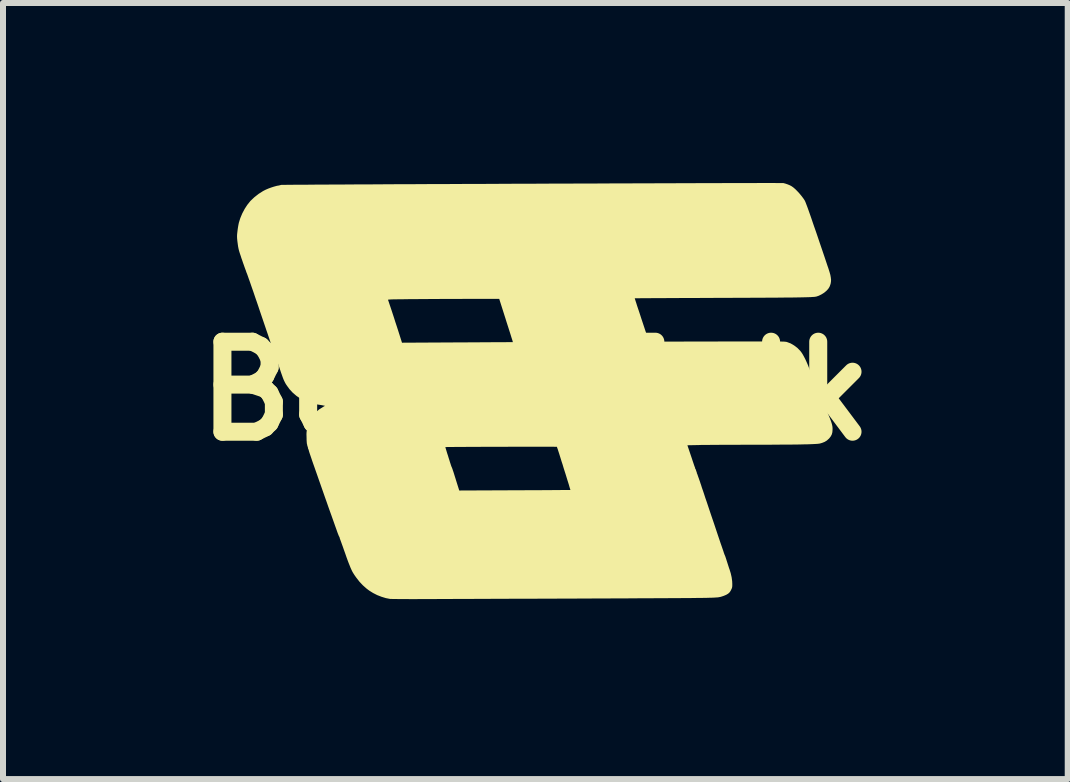
<source format=kicad_pcb>
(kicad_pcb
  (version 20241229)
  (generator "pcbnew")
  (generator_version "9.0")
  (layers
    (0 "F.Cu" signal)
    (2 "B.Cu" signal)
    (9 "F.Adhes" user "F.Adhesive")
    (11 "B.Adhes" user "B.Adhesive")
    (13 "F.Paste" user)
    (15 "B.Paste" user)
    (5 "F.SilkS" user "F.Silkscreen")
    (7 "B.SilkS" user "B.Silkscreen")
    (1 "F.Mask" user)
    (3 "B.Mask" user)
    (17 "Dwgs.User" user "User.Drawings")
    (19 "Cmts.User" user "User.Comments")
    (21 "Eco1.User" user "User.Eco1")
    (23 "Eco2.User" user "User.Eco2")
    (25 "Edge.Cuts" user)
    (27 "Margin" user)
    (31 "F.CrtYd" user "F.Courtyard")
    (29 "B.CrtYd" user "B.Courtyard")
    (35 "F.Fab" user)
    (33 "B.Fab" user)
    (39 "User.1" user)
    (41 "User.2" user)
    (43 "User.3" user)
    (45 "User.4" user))
  (footprint "BoardFolk"
    (layer "F.Cu")
    (at 5.871 3.466)
    (property "Reference" "BoardFolk" (at 0 0 0) (layer "F.SilkS") (effects (font (size 1.5 1.5) (thickness 0.3))))
    (attr board_only exclude_from_pos_files exclude_from_bom)
    (fp_poly (pts (xy 3.938 -3.466) (xy 3.997 -3.466) (xy 4.046 -3.465) (xy 4.085 -3.465) (xy 4.113 -3.465) (xy 4.129 -3.465) (xy 4.134 -3.465) (xy 4.168 -3.456) (xy 4.206 -3.443) (xy 4.242 -3.428) (xy 4.268 -3.414) (xy 4.297 -3.394) (xy 4.33 -3.366) (xy 4.365 -3.331) (xy 4.401 -3.292) (xy 4.435 -3.251) (xy 4.466 -3.21) (xy 4.487 -3.178) (xy 4.492 -3.17) (xy 4.498 -3.156) (xy 4.506 -3.137) (xy 4.515 -3.113) (xy 4.527 -3.082) (xy 4.541 -3.044) (xy 4.557 -2.999) (xy 4.575 -2.948) (xy 4.596 -2.888) (xy 4.619 -2.82) (xy 4.645 -2.744) (xy 4.675 -2.659) (xy 4.707 -2.565) (xy 4.742 -2.461) (xy 4.781 -2.347) (xy 4.823 -2.223) (xy 4.868 -2.088) (xy 4.883 -2.045) (xy 4.902 -1.985) (xy 4.916 -1.935) (xy 4.924 -1.891) (xy 4.928 -1.853) (xy 4.926 -1.818) (xy 4.92 -1.785) (xy 4.909 -1.753) (xy 4.901 -1.734) (xy 4.88 -1.701) (xy 4.85 -1.669) (xy 4.813 -1.638) (xy 4.77 -1.611) (xy 4.724 -1.588) (xy 4.683 -1.574) (xy 4.676 -1.573) (xy 4.665 -1.571) (xy 4.652 -1.569) (xy 4.636 -1.568) (xy 4.616 -1.567) (xy 4.591 -1.565) (xy 4.562 -1.564) (xy 4.528 -1.563) (xy 4.489 -1.562) (xy 4.444 -1.561) (xy 4.393 -1.56) (xy 4.335 -1.559) (xy 4.271 -1.558) (xy 4.199 -1.558) (xy 4.119 -1.557) (xy 4.032 -1.556) (xy 3.936 -1.556) (xy 3.83 -1.555) (xy 3.716 -1.554) (xy 3.592 -1.554) (xy 3.458 -1.553) (xy 3.313 -1.553) (xy 3.157 -1.552) (xy 2.99 -1.552) (xy 2.913 -1.551) (xy 2.791 -1.551) (xy 2.673 -1.55) (xy 2.559 -1.55) (xy 2.449 -1.55) (xy 2.344 -1.549) (xy 2.244 -1.549) (xy 2.15 -1.548) (xy 2.063 -1.548) (xy 1.982 -1.548) (xy 1.91 -1.547) (xy 1.845 -1.547) (xy 1.789 -1.547) (xy 1.742 -1.546) (xy 1.704 -1.546) (xy 1.677 -1.546) (xy 1.661 -1.546) (xy 1.656 -1.546) (xy 1.658 -1.54) (xy 1.663 -1.524) (xy 1.671 -1.498) (xy 1.682 -1.465) (xy 1.695 -1.423) (xy 1.711 -1.375) (xy 1.729 -1.322) (xy 1.748 -1.264) (xy 1.768 -1.202) (xy 1.774 -1.184) (xy 1.894 -0.823) (xy 3.025 -0.825) (xy 3.161 -0.826) (xy 3.286 -0.826) (xy 3.4 -0.826) (xy 3.503 -0.826) (xy 3.597 -0.826) (xy 3.681 -0.826) (xy 3.757 -0.826) (xy 3.825 -0.826) (xy 3.884 -0.826) (xy 3.937 -0.826) (xy 3.982 -0.826) (xy 4.022 -0.826) (xy 4.056 -0.825) (xy 4.084 -0.825) (xy 4.108 -0.824) (xy 4.128 -0.824) (xy 4.144 -0.823) (xy 4.157 -0.822) (xy 4.167 -0.821) (xy 4.176 -0.82) (xy 4.182 -0.819) (xy 4.188 -0.818) (xy 4.193 -0.816) (xy 4.194 -0.816) (xy 4.255 -0.793) (xy 4.313 -0.759) (xy 4.367 -0.718) (xy 4.414 -0.67) (xy 4.437 -0.64) (xy 4.455 -0.612) (xy 4.475 -0.576) (xy 4.496 -0.536) (xy 4.516 -0.493) (xy 4.534 -0.452) (xy 4.546 -0.424) (xy 4.556 -0.397) (xy 4.567 -0.371) (xy 4.575 -0.35) (xy 4.578 -0.344) (xy 4.586 -0.326) (xy 4.596 -0.302) (xy 4.608 -0.275) (xy 4.612 -0.264) (xy 4.622 -0.24) (xy 4.63 -0.221) (xy 4.636 -0.208) (xy 4.638 -0.205) (xy 4.642 -0.197) (xy 4.642 -0.196) (xy 4.645 -0.189) (xy 4.65 -0.176) (xy 4.652 -0.172) (xy 4.656 -0.162) (xy 4.664 -0.143) (xy 4.676 -0.115) (xy 4.69 -0.079) (xy 4.707 -0.038) (xy 4.726 0.008) (xy 4.746 0.058) (xy 4.759 0.089) (xy 4.781 0.144) (xy 4.804 0.199) (xy 4.826 0.252) (xy 4.846 0.303) (xy 4.865 0.348) (xy 4.88 0.386) (xy 4.893 0.416) (xy 4.896 0.424) (xy 4.915 0.471) (xy 4.929 0.509) (xy 4.939 0.541) (xy 4.946 0.568) (xy 4.951 0.594) (xy 4.953 0.619) (xy 4.953 0.64) (xy 4.95 0.686) (xy 4.94 0.724) (xy 4.921 0.759) (xy 4.893 0.794) (xy 4.89 0.796) (xy 4.858 0.825) (xy 4.822 0.847) (xy 4.78 0.864) (xy 4.742 0.875) (xy 4.728 0.877) (xy 4.705 0.88) (xy 4.676 0.882) (xy 4.638 0.884) (xy 4.592 0.886) (xy 4.538 0.888) (xy 4.475 0.889) (xy 4.403 0.891) (xy 4.321 0.892) (xy 4.23 0.893) (xy 4.128 0.893) (xy 4.016 0.894) (xy 3.893 0.895) (xy 3.759 0.895) (xy 3.613 0.895) (xy 3.573 0.895) (xy 3.483 0.895) (xy 3.392 0.896) (xy 3.302 0.896) (xy 3.215 0.896) (xy 3.13 0.896) (xy 3.05 0.897) (xy 2.976 0.897) (xy 2.908 0.898) (xy 2.848 0.898) (xy 2.797 0.899) (xy 2.756 0.899) (xy 2.739 0.9) (xy 2.534 0.904) (xy 2.593 1.079) (xy 2.608 1.123) (xy 2.621 1.163) (xy 2.633 1.198) (xy 2.643 1.228) (xy 2.65 1.249) (xy 2.655 1.261) (xy 2.655 1.263) (xy 2.66 1.274) (xy 2.661 1.277) (xy 2.663 1.286) (xy 2.664 1.295) (xy 2.668 1.299) (xy 2.67 1.299) (xy 2.674 1.303) (xy 2.673 1.308) (xy 2.673 1.316) (xy 2.676 1.317) (xy 2.68 1.321) (xy 2.679 1.326) (xy 2.679 1.333) (xy 2.682 1.335) (xy 2.686 1.339) (xy 2.685 1.344) (xy 2.685 1.351) (xy 2.688 1.352) (xy 2.692 1.357) (xy 2.691 1.361) (xy 2.691 1.369) (xy 2.692 1.371) (xy 2.696 1.377) (xy 2.702 1.393) (xy 2.71 1.417) (xy 2.721 1.448) (xy 2.734 1.485) (xy 2.748 1.525) (xy 2.749 1.53) (xy 2.762 1.567) (xy 2.776 1.612) (xy 2.794 1.663) (xy 2.813 1.72) (xy 2.833 1.782) (xy 2.856 1.848) (xy 2.879 1.917) (xy 2.903 1.989) (xy 2.927 2.061) (xy 2.952 2.134) (xy 2.977 2.207) (xy 3.001 2.279) (xy 3.024 2.348) (xy 3.046 2.414) (xy 3.067 2.476) (xy 3.086 2.533) (xy 3.104 2.584) (xy 3.119 2.628) (xy 3.132 2.665) (xy 3.141 2.694) (xy 3.148 2.713) (xy 3.151 2.722) (xy 3.151 2.722) (xy 3.156 2.734) (xy 3.159 2.74) (xy 3.162 2.748) (xy 3.164 2.752) (xy 3.167 2.761) (xy 3.173 2.779) (xy 3.181 2.803) (xy 3.19 2.832) (xy 3.194 2.844) (xy 3.205 2.879) (xy 3.216 2.913) (xy 3.226 2.944) (xy 3.234 2.968) (xy 3.236 2.972) (xy 3.256 3.037) (xy 3.271 3.103) (xy 3.28 3.168) (xy 3.282 3.21) (xy 3.282 3.239) (xy 3.281 3.26) (xy 3.278 3.276) (xy 3.273 3.291) (xy 3.266 3.306) (xy 3.255 3.328) (xy 3.243 3.347) (xy 3.235 3.357) (xy 3.213 3.377) (xy 3.181 3.396) (xy 3.141 3.413) (xy 3.105 3.425) (xy 3.089 3.43) (xy 3.074 3.433) (xy 3.058 3.436) (xy 3.04 3.439) (xy 3.018 3.44) (xy 2.99 3.442) (xy 2.955 3.444) (xy 2.91 3.445) (xy 2.871 3.446) (xy 2.851 3.447) (xy 2.819 3.447) (xy 2.776 3.448) (xy 2.723 3.448) (xy 2.66 3.449) (xy 2.588 3.45) (xy 2.507 3.45) (xy 2.418 3.451) (xy 2.321 3.451) (xy 2.216 3.452) (xy 2.105 3.453) (xy 1.987 3.453) (xy 1.864 3.454) (xy 1.735 3.454) (xy 1.601 3.455) (xy 1.464 3.456) (xy 1.322 3.456) (xy 1.177 3.457) (xy 1.029 3.457) (xy 0.879 3.458) (xy 0.804 3.458) (xy 0.647 3.459) (xy 0.489 3.459) (xy 0.331 3.46) (xy 0.173 3.46) (xy 0.017 3.461) (xy -0.138 3.461) (xy -0.29 3.462) (xy -0.439 3.462) (xy -0.585 3.463) (xy -0.725 3.463) (xy -0.861 3.464) (xy -0.991 3.464) (xy -1.114 3.465) (xy -1.23 3.465) (xy -1.338 3.465) (xy -1.438 3.466) (xy -1.528 3.466) (xy -1.608 3.466) (xy -1.678 3.467) (xy -1.732 3.467) (xy -1.825 3.467) (xy -1.914 3.467) (xy -1.999 3.468) (xy -2.077 3.468) (xy -2.15 3.467) (xy -2.216 3.467) (xy -2.274 3.467) (xy -2.324 3.466) (xy -2.365 3.466) (xy -2.396 3.465) (xy -2.416 3.465) (xy -2.424 3.464) (xy -2.491 3.451) (xy -2.563 3.429) (xy -2.635 3.401) (xy -2.704 3.366) (xy -2.768 3.326) (xy -2.812 3.293) (xy -2.874 3.238) (xy -2.929 3.18) (xy -2.98 3.115) (xy -2.998 3.09) (xy -3.012 3.07) (xy -3.025 3.05) (xy -3.037 3.031) (xy -3.048 3.012) (xy -3.059 2.99) (xy -3.07 2.966) (xy -3.082 2.939) (xy -3.095 2.906) (xy -3.11 2.869) (xy -3.127 2.824) (xy -3.146 2.772) (xy -3.167 2.711) (xy -3.192 2.641) (xy -3.209 2.592) (xy -3.223 2.554) (xy -3.235 2.52) (xy -3.246 2.49) (xy -3.254 2.468) (xy -3.259 2.454) (xy -3.26 2.45) (xy -3.262 2.442) (xy -3.262 2.441) (xy -3.263 2.436) (xy -3.269 2.426) (xy -3.275 2.414) (xy -3.278 2.408) (xy -3.28 2.401) (xy -3.282 2.396) (xy -3.287 2.385) (xy -3.295 2.364) (xy -3.306 2.333) (xy -3.32 2.293) (xy -3.337 2.246) (xy -3.356 2.192) (xy -3.377 2.133) (xy -3.4 2.068) (xy -3.425 1.999) (xy -3.451 1.926) (xy -3.477 1.851) (xy -3.504 1.775) (xy -3.531 1.698) (xy -3.558 1.621) (xy -3.585 1.544) (xy -3.611 1.47) (xy -3.636 1.398) (xy -3.66 1.33) (xy -3.682 1.267) (xy -3.703 1.208) (xy -3.721 1.156) (xy -3.736 1.111) (xy -3.749 1.073) (xy -3.759 1.044) (xy -3.765 1.025) (xy -3.768 1.017) (xy -3.774 0.994) (xy -3.78 0.975) (xy -3.785 0.964) (xy -3.786 0.962) (xy -3.789 0.954) (xy -3.788 0.951) (xy -3.788 0.944) (xy -3.791 0.939) (xy -3.794 0.934) (xy -1.499 0.934) (xy -1.498 0.94) (xy -1.494 0.955) (xy -1.487 0.978) (xy -1.478 1.008) (xy -1.468 1.041) (xy -1.456 1.077) (xy -1.445 1.114) (xy -1.433 1.151) (xy -1.423 1.184) (xy -1.413 1.214) (xy -1.406 1.237) (xy -1.4 1.253) (xy -1.399 1.257) (xy -1.391 1.274) (xy -1.385 1.29) (xy -1.381 1.3) (xy -1.375 1.32) (xy -1.365 1.348) (xy -1.354 1.383) (xy -1.342 1.422) (xy -1.328 1.466) (xy -1.323 1.483) (xy -1.268 1.658) (xy -0.343 1.654) (xy -0.239 1.654) (xy -0.139 1.653) (xy -0.042 1.653) (xy 0.05 1.653) (xy 0.137 1.652) (xy 0.218 1.652) (xy 0.293 1.651) (xy 0.361 1.651) (xy 0.421 1.65) (xy 0.472 1.65) (xy 0.515 1.65) (xy 0.548 1.649) (xy 0.57 1.649) (xy 0.582 1.649) (xy 0.584 1.648) (xy 0.583 1.643) (xy 0.578 1.627) (xy 0.57 1.602) (xy 0.561 1.569) (xy 0.549 1.53) (xy 0.535 1.486) (xy 0.52 1.437) (xy 0.504 1.385) (xy 0.487 1.332) (xy 0.47 1.278) (xy 0.454 1.224) (xy 0.437 1.173) (xy 0.422 1.124) (xy 0.408 1.079) (xy 0.396 1.04) (xy 0.385 1.007) (xy 0.377 0.982) (xy 0.372 0.966) (xy 0.37 0.961) (xy 0.366 0.95) (xy 0.365 0.948) (xy 0.362 0.939) (xy 0.361 0.93) (xy 0.355 0.93) (xy 0.338 0.93) (xy 0.311 0.929) (xy 0.275 0.929) (xy 0.229 0.929) (xy 0.176 0.929) (xy 0.115 0.929) (xy 0.048 0.929) (xy -0.025 0.929) (xy -0.103 0.929) (xy -0.185 0.929) (xy -0.27 0.929) (xy -0.358 0.929) (xy -0.447 0.929) (xy -0.538 0.93) (xy -0.629 0.93) (xy -0.719 0.93) (xy -0.808 0.93) (xy -0.896 0.93) (xy -0.98 0.931) (xy -1.06 0.931) (xy -1.137 0.931) (xy -1.208 0.932) (xy -1.273 0.932) (xy -1.332 0.932) (xy -1.383 0.933) (xy -1.425 0.933) (xy -1.459 0.933) (xy -1.483 0.934) (xy -1.497 0.934) (xy -1.499 0.934) (xy -3.794 0.934) (xy -3.795 0.933) (xy -3.793 0.931) (xy -3.793 0.928) (xy -3.796 0.922) (xy -3.801 0.911) (xy -3.8 0.905) (xy -3.801 0.896) (xy -3.803 0.894) (xy -3.805 0.888) (xy -3.808 0.871) (xy -3.81 0.845) (xy -3.812 0.812) (xy -3.812 0.792) (xy -3.813 0.752) (xy -3.814 0.721) (xy -3.813 0.696) (xy -3.811 0.674) (xy -3.807 0.651) (xy -3.803 0.627) (xy -3.781 0.549) (xy -3.75 0.478) (xy -3.709 0.413) (xy -3.66 0.355) (xy -3.602 0.306) (xy -3.537 0.265) (xy -3.53 0.261) (xy -3.516 0.253) (xy -3.508 0.248) (xy -3.507 0.246) (xy -3.513 0.245) (xy -3.529 0.242) (xy -3.553 0.237) (xy -3.582 0.232) (xy -3.604 0.229) (xy -3.639 0.223) (xy -3.672 0.216) (xy -3.702 0.21) (xy -3.724 0.204) (xy -3.731 0.202) (xy -3.757 0.193) (xy -3.785 0.184) (xy -3.796 0.181) (xy -3.826 0.17) (xy -3.863 0.153) (xy -3.901 0.132) (xy -3.94 0.109) (xy -3.974 0.086) (xy -3.981 0.081) (xy -4.042 0.029) (xy -4.097 -0.031) (xy -4.135 -0.083) (xy -4.151 -0.106) (xy -4.164 -0.127) (xy -4.175 -0.148) (xy -4.186 -0.17) (xy -4.197 -0.195) (xy -4.209 -0.226) (xy -4.222 -0.263) (xy -4.238 -0.308) (xy -4.253 -0.353) (xy -4.266 -0.393) (xy -4.278 -0.428) (xy -4.289 -0.459) (xy -4.297 -0.483) (xy -4.302 -0.499) (xy -4.304 -0.504) (xy -4.306 -0.513) (xy -4.306 -0.515) (xy -4.31 -0.52) (xy -4.311 -0.521) (xy -4.314 -0.527) (xy -4.32 -0.544) (xy -4.329 -0.57) (xy -4.342 -0.605) (xy -4.357 -0.648) (xy -4.374 -0.698) (xy -4.394 -0.755) (xy -4.415 -0.817) (xy -4.438 -0.885) (xy -4.462 -0.956) (xy -4.488 -1.031) (xy -4.489 -1.035) (xy -4.523 -1.135) (xy -4.556 -1.232) (xy -4.588 -1.326) (xy -4.618 -1.416) (xy -4.647 -1.501) (xy -4.654 -1.52) (xy -2.456 -1.52) (xy -2.455 -1.519) (xy -2.452 -1.511) (xy -2.445 -1.492) (xy -2.436 -1.464) (xy -2.424 -1.428) (xy -2.409 -1.384) (xy -2.392 -1.333) (xy -2.374 -1.278) (xy -2.354 -1.217) (xy -2.334 -1.153) (xy -2.312 -1.087) (xy -2.29 -1.019) (xy -2.28 -0.988) (xy -2.222 -0.805) (xy -1.299 -0.81) (xy -1.195 -0.81) (xy -1.095 -0.811) (xy -0.999 -0.811) (xy -0.907 -0.812) (xy -0.82 -0.812) (xy -0.739 -0.813) (xy -0.664 -0.813) (xy -0.597 -0.813) (xy -0.537 -0.814) (xy -0.486 -0.814) (xy -0.443 -0.815) (xy -0.411 -0.815) (xy -0.388 -0.815) (xy -0.377 -0.815) (xy -0.375 -0.815) (xy -0.376 -0.821) (xy -0.38 -0.836) (xy -0.387 -0.859) (xy -0.396 -0.886) (xy -0.4 -0.899) (xy -0.407 -0.922) (xy -0.417 -0.954) (xy -0.43 -0.995) (xy -0.445 -1.042) (xy -0.462 -1.095) (xy -0.48 -1.151) (xy -0.498 -1.209) (xy -0.514 -1.259) (xy -0.602 -1.536) (xy -0.89 -1.536) (xy -0.937 -1.536) (xy -0.995 -1.536) (xy -1.062 -1.536) (xy -1.137 -1.536) (xy -1.219 -1.535) (xy -1.306 -1.535) (xy -1.397 -1.535) (xy -1.491 -1.534) (xy -1.587 -1.534) (xy -1.682 -1.533) (xy -1.777 -1.533) (xy -1.82 -1.532) (xy -1.921 -1.532) (xy -2.011 -1.531) (xy -2.091 -1.531) (xy -2.161 -1.53) (xy -2.221 -1.529) (xy -2.273 -1.529) (xy -2.317 -1.528) (xy -2.353 -1.528) (xy -2.383 -1.527) (xy -2.406 -1.526) (xy -2.424 -1.525) (xy -2.438 -1.524) (xy -2.447 -1.523) (xy -2.452 -1.522) (xy -2.455 -1.521) (xy -2.456 -1.52) (xy -4.654 -1.52) (xy -4.675 -1.582) (xy -4.7 -1.656) (xy -4.724 -1.724) (xy -4.745 -1.785) (xy -4.763 -1.837) (xy -4.779 -1.881) (xy -4.791 -1.916) (xy -4.8 -1.941) (xy -4.805 -1.955) (xy -4.811 -1.968) (xy -4.814 -1.977) (xy -4.814 -1.977) (xy -4.817 -1.984) (xy -4.819 -1.992) (xy -4.82 -1.993) (xy -4.822 -2.001) (xy -4.823 -2.002) (xy -4.825 -2.009) (xy -4.828 -2.018) (xy -4.833 -2.029) (xy -4.838 -2.044) (xy -4.847 -2.068) (xy -4.858 -2.1) (xy -4.871 -2.136) (xy -4.884 -2.175) (xy -4.898 -2.214) (xy -4.91 -2.252) (xy -4.922 -2.287) (xy -4.931 -2.315) (xy -4.937 -2.336) (xy -4.938 -2.338) (xy -4.946 -2.371) (xy -4.954 -2.412) (xy -4.96 -2.457) (xy -4.966 -2.503) (xy -4.97 -2.545) (xy -4.971 -2.578) (xy -4.97 -2.607) (xy -4.966 -2.645) (xy -4.961 -2.687) (xy -4.955 -2.729) (xy -4.948 -2.769) (xy -4.941 -2.802) (xy -4.941 -2.803) (xy -4.917 -2.88) (xy -4.884 -2.959) (xy -4.843 -3.036) (xy -4.801 -3.101) (xy -4.748 -3.167) (xy -4.684 -3.228) (xy -4.613 -3.284) (xy -4.536 -3.333) (xy -4.532 -3.335) (xy -4.495 -3.354) (xy -4.451 -3.373) (xy -4.405 -3.39) (xy -4.359 -3.405) (xy -4.319 -3.416) (xy -4.304 -3.42) (xy -4.278 -3.424) (xy -4.257 -3.429) (xy -4.242 -3.433) (xy -4.238 -3.434) (xy -4.232 -3.435) (xy -4.213 -3.435) (xy -4.184 -3.435) (xy -4.144 -3.436) (xy -4.094 -3.436) (xy -4.033 -3.437) (xy -3.963 -3.437) (xy -3.884 -3.438) (xy -3.795 -3.438) (xy -3.698 -3.439) (xy -3.593 -3.44) (xy -3.48 -3.44) (xy -3.359 -3.441) (xy -3.232 -3.441) (xy -3.097 -3.442) (xy -2.957 -3.443) (xy -2.81 -3.443) (xy -2.658 -3.444) (xy -2.5 -3.445) (xy -2.337 -3.446) (xy -2.17 -3.446) (xy -1.999 -3.447) (xy -1.824 -3.448) (xy -1.645 -3.449) (xy -1.464 -3.449) (xy -1.279 -3.45) (xy -1.092 -3.451) (xy -0.904 -3.451) (xy -0.713 -3.452) (xy -0.522 -3.453) (xy -0.329 -3.454) (xy -0.136 -3.454) (xy 0.057 -3.455) (xy 0.25 -3.456) (xy 0.442 -3.456) (xy 0.634 -3.457) (xy 0.824 -3.458) (xy 1.012 -3.458) (xy 1.199 -3.459) (xy 1.383 -3.46) (xy 1.564 -3.46) (xy 1.742 -3.461) (xy 1.917 -3.461) (xy 2.088 -3.462) (xy 2.254 -3.462) (xy 2.416 -3.463) (xy 2.573 -3.463) (xy 2.725 -3.464) (xy 2.871 -3.464) (xy 3.011 -3.464) (xy 3.145 -3.465) (xy 3.271 -3.465) (xy 3.391 -3.465) (xy 3.503 -3.465) (xy 3.607 -3.465) (xy 3.703 -3.466) (xy 3.79 -3.466) (xy 3.869 -3.466)) (stroke (width 0) (type solid)) (fill yes) (layer "F.SilkS")))
  (gr_rect
    (start -3 -3)
    (end 14.743 9.933)
    (stroke (width 0.1) (type default))
    (fill no)
    (layer "Edge.Cuts")))
</source>
